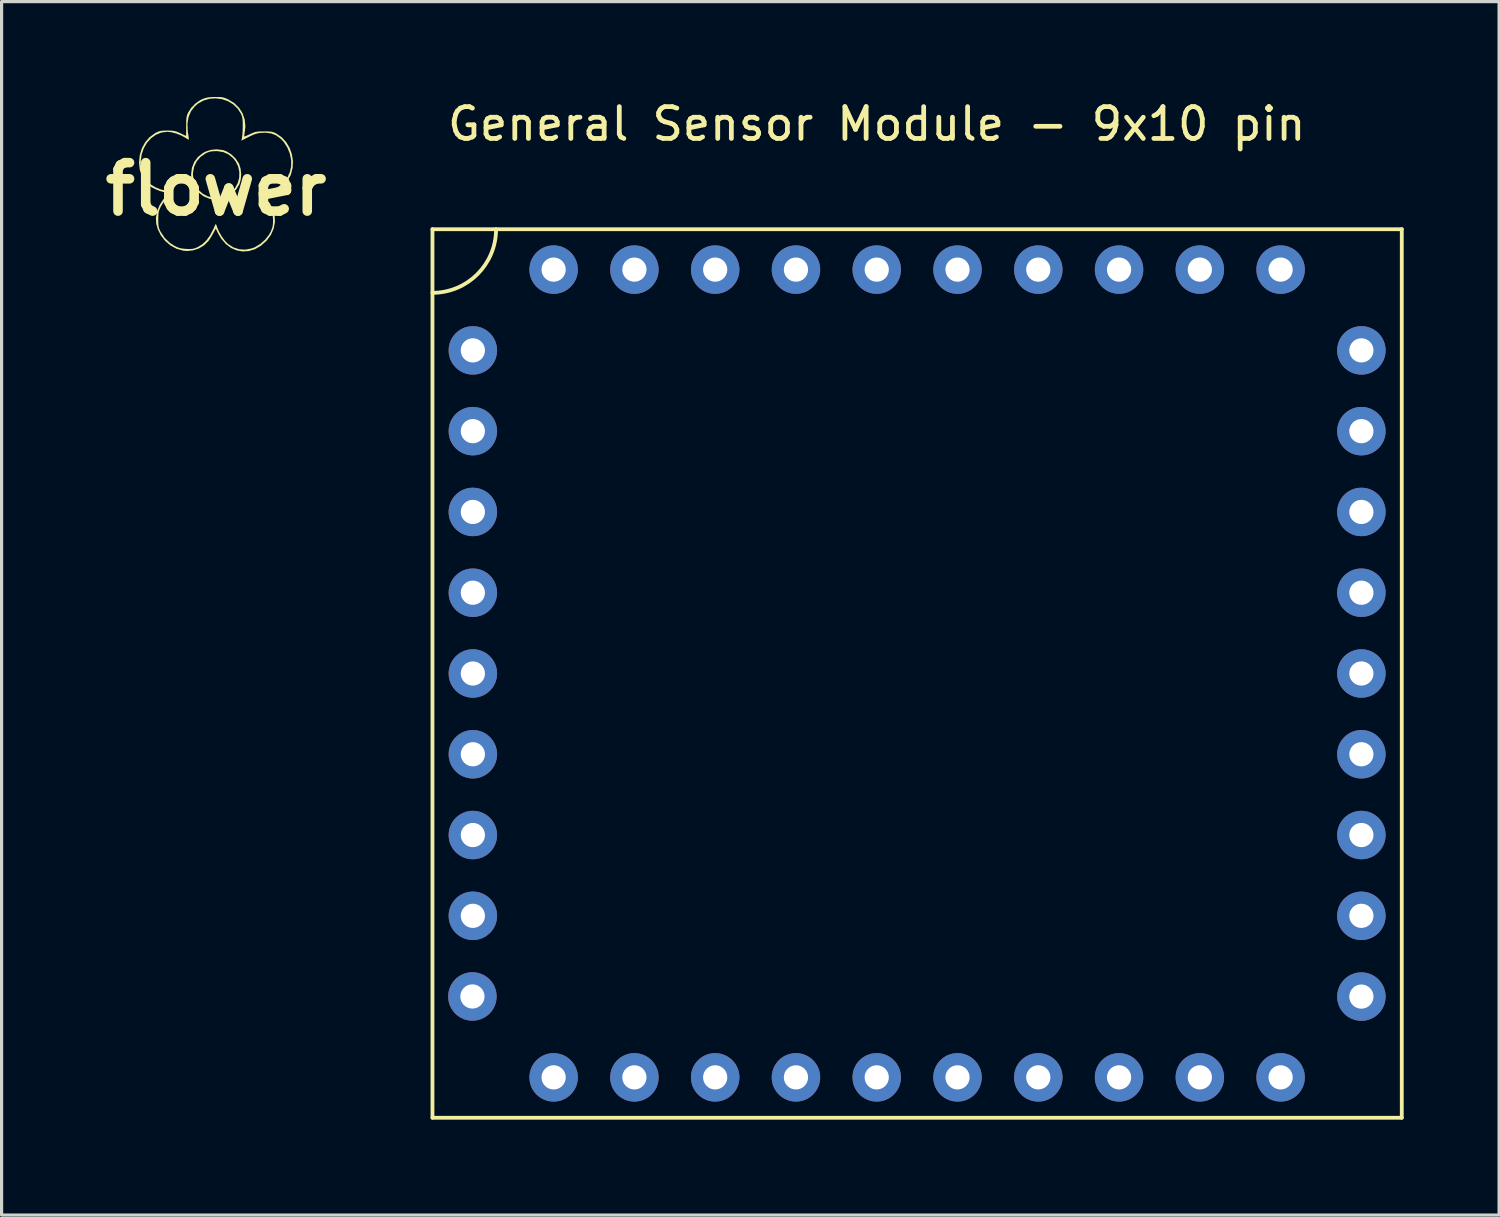
<source format=kicad_pcb>
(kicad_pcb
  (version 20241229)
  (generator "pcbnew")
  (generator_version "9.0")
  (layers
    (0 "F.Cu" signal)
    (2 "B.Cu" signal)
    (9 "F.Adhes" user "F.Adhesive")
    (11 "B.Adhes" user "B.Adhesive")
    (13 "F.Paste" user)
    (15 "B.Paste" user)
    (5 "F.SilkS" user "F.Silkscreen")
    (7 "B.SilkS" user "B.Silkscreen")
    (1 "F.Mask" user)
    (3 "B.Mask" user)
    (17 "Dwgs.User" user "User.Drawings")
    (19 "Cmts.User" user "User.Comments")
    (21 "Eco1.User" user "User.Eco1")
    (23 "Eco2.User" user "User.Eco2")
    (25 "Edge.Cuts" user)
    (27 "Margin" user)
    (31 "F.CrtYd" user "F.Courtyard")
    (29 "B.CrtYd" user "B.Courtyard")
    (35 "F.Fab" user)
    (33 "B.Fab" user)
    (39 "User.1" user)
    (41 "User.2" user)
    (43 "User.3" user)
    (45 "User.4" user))
  (footprint "flower"
    (layer "F.Cu")
    (at 3.745 2.899)
    (property "Reference" "flower" (at 0 0 0) (layer "F.SilkS") (effects (font (size 1.524 1.524) (thickness 0.3))))
    (attr board_only exclude_from_pos_files exclude_from_bom)
    (fp_poly (pts (xy 0.201 -1.232) (xy 0.325 -1.19) (xy 0.474 -1.099) (xy 0.608 -0.971) (xy 0.71 -0.82) (xy 0.727 -0.786) (xy 0.771 -0.641) (xy 0.788 -0.474) (xy 0.776 -0.308) (xy 0.736 -0.163) (xy 0.731 -0.152) (xy 0.629 0.014) (xy 0.494 0.149) (xy 0.333 0.249) (xy 0.156 0.31) (xy -0.029 0.328) (xy -0.208 0.302) (xy -0.393 0.224) (xy -0.548 0.108) (xy -0.667 -0.04) (xy -0.747 -0.216) (xy -0.783 -0.413) (xy -0.785 -0.467) (xy -0.728 -0.467) (xy -0.706 -0.276) (xy -0.642 -0.108) (xy -0.543 0.034) (xy -0.414 0.146) (xy -0.262 0.225) (xy -0.094 0.265) (xy 0.085 0.263) (xy 0.269 0.216) (xy 0.327 0.191) (xy 0.481 0.091) (xy 0.599 -0.04) (xy 0.681 -0.194) (xy 0.726 -0.362) (xy 0.731 -0.536) (xy 0.696 -0.708) (xy 0.618 -0.869) (xy 0.534 -0.976) (xy 0.39 -1.094) (xy 0.227 -1.167) (xy 0.04 -1.196) (xy 0 -1.196) (xy -0.117 -1.192) (xy -0.205 -1.177) (xy -0.287 -1.147) (xy -0.325 -1.128) (xy -0.487 -1.017) (xy -0.61 -0.875) (xy -0.691 -0.705) (xy -0.727 -0.513) (xy -0.728 -0.467) (xy -0.785 -0.467) (xy -0.785 -0.477) (xy -0.759 -0.678) (xy -0.687 -0.858) (xy -0.572 -1.012) (xy -0.416 -1.136) (xy -0.339 -1.179) (xy -0.17 -1.236) (xy 0.016 -1.254)) (stroke (width 0) (type solid)) (fill yes) (layer "F.SilkS"))
    (fp_poly (pts (xy 0.095 -2.899) (xy 0.183 -2.892) (xy 0.255 -2.876) (xy 0.33 -2.847) (xy 0.387 -2.821) (xy 0.574 -2.706) (xy 0.724 -2.558) (xy 0.834 -2.384) (xy 0.9 -2.188) (xy 0.921 -1.978) (xy 0.906 -1.826) (xy 0.892 -1.742) (xy 0.886 -1.681) (xy 0.886 -1.658) (xy 0.912 -1.664) (xy 0.972 -1.688) (xy 1.054 -1.725) (xy 1.073 -1.734) (xy 1.16 -1.773) (xy 1.232 -1.798) (xy 1.306 -1.811) (xy 1.399 -1.817) (xy 1.509 -1.818) (xy 1.633 -1.816) (xy 1.721 -1.81) (xy 1.789 -1.796) (xy 1.851 -1.772) (xy 1.896 -1.749) (xy 2.066 -1.632) (xy 2.206 -1.479) (xy 2.312 -1.299) (xy 2.383 -1.1) (xy 2.416 -0.89) (xy 2.408 -0.678) (xy 2.356 -0.471) (xy 2.332 -0.413) (xy 2.229 -0.245) (xy 2.088 -0.099) (xy 1.919 0.016) (xy 1.731 0.093) (xy 1.586 0.122) (xy 1.508 0.132) (xy 1.457 0.145) (xy 1.444 0.153) (xy 1.461 0.18) (xy 1.504 0.228) (xy 1.536 0.259) (xy 1.684 0.435) (xy 1.786 0.626) (xy 1.841 0.827) (xy 1.85 1.033) (xy 1.812 1.236) (xy 1.727 1.431) (xy 1.595 1.612) (xy 1.582 1.626) (xy 1.408 1.78) (xy 1.222 1.887) (xy 1.03 1.946) (xy 0.837 1.959) (xy 0.649 1.926) (xy 0.47 1.848) (xy 0.307 1.726) (xy 0.164 1.561) (xy 0.069 1.4) (xy -0.01 1.239) (xy -0.089 1.387) (xy -0.145 1.484) (xy -0.204 1.578) (xy -0.241 1.63) (xy -0.374 1.763) (xy -0.538 1.863) (xy -0.722 1.924) (xy -0.916 1.944) (xy -1.037 1.933) (xy -1.245 1.873) (xy -1.435 1.769) (xy -1.6 1.628) (xy -1.736 1.455) (xy -1.834 1.258) (xy -1.882 1.087) (xy -1.892 0.899) (xy -1.857 0.703) (xy -1.78 0.509) (xy -1.664 0.326) (xy -1.595 0.244) (xy -1.541 0.182) (xy -1.505 0.136) (xy -1.496 0.12) (xy -1.518 0.107) (xy -1.557 0.103) (xy -1.65 0.09) (xy -1.768 0.056) (xy -1.892 0.007) (xy -2.006 -0.049) (xy -2.067 -0.089) (xy -2.219 -0.232) (xy -2.331 -0.405) (xy -2.399 -0.605) (xy -2.424 -0.828) (xy -2.424 -0.838) (xy -2.419 -0.887) (xy -2.368 -0.887) (xy -2.367 -0.776) (xy -2.339 -0.578) (xy -2.276 -0.41) (xy -2.175 -0.26) (xy -2.153 -0.235) (xy -2.044 -0.141) (xy -1.902 -0.057) (xy -1.748 0.006) (xy -1.612 0.038) (xy -1.494 0.053) (xy -1.423 0.067) (xy -1.396 0.088) (xy -1.409 0.124) (xy -1.458 0.181) (xy -1.516 0.244) (xy -1.6 0.342) (xy -1.679 0.45) (xy -1.738 0.546) (xy -1.744 0.559) (xy -1.78 0.637) (xy -1.802 0.707) (xy -1.813 0.784) (xy -1.817 0.887) (xy -1.818 0.954) (xy -1.816 1.076) (xy -1.808 1.162) (xy -1.793 1.231) (xy -1.765 1.297) (xy -1.745 1.337) (xy -1.615 1.532) (xy -1.45 1.69) (xy -1.309 1.781) (xy -1.211 1.828) (xy -1.124 1.856) (xy -1.025 1.871) (xy -0.937 1.878) (xy -0.823 1.881) (xy -0.741 1.876) (xy -0.669 1.858) (xy -0.589 1.826) (xy -0.584 1.823) (xy -0.437 1.735) (xy -0.306 1.612) (xy -0.188 1.449) (xy -0.08 1.242) (xy -0.034 1.135) (xy -0.018 1.102) (xy -0.005 1.1) (xy 0.013 1.136) (xy 0.036 1.204) (xy 0.096 1.344) (xy 0.18 1.488) (xy 0.276 1.62) (xy 0.373 1.72) (xy 0.377 1.723) (xy 0.544 1.83) (xy 0.727 1.889) (xy 0.921 1.9) (xy 1.117 1.863) (xy 1.221 1.823) (xy 1.388 1.723) (xy 1.54 1.588) (xy 1.664 1.432) (xy 1.718 1.334) (xy 1.758 1.237) (xy 1.781 1.151) (xy 1.79 1.053) (xy 1.791 0.967) (xy 1.779 0.803) (xy 1.741 0.659) (xy 1.671 0.521) (xy 1.564 0.378) (xy 1.486 0.291) (xy 1.315 0.109) (xy 1.514 0.08) (xy 1.748 0.024) (xy 1.947 -0.068) (xy 2.111 -0.194) (xy 2.236 -0.353) (xy 2.321 -0.541) (xy 2.359 -0.712) (xy 2.361 -0.911) (xy 2.319 -1.115) (xy 2.24 -1.31) (xy 2.127 -1.485) (xy 2.032 -1.586) (xy 1.891 -1.69) (xy 1.74 -1.752) (xy 1.567 -1.775) (xy 1.451 -1.773) (xy 1.349 -1.764) (xy 1.263 -1.745) (xy 1.174 -1.713) (xy 1.064 -1.662) (xy 1.026 -1.643) (xy 0.796 -1.526) (xy 0.817 -1.633) (xy 0.826 -1.707) (xy 0.833 -1.814) (xy 0.838 -1.937) (xy 0.838 -1.998) (xy 0.836 -2.128) (xy 0.829 -2.221) (xy 0.813 -2.293) (xy 0.788 -2.359) (xy 0.78 -2.374) (xy 0.672 -2.539) (xy 0.531 -2.672) (xy 0.365 -2.77) (xy 0.182 -2.831) (xy -0.01 -2.856) (xy -0.203 -2.843) (xy -0.389 -2.79) (xy -0.562 -2.696) (xy -0.67 -2.604) (xy -0.789 -2.45) (xy -0.866 -2.267) (xy -0.9 -2.057) (xy -0.891 -1.821) (xy -0.879 -1.741) (xy -0.865 -1.653) (xy -0.857 -1.587) (xy -0.857 -1.558) (xy -0.857 -1.558) (xy -0.882 -1.566) (xy -0.935 -1.596) (xy -0.981 -1.626) (xy -1.103 -1.692) (xy -1.248 -1.749) (xy -1.396 -1.789) (xy -1.525 -1.805) (xy -1.534 -1.805) (xy -1.72 -1.781) (xy -1.892 -1.711) (xy -2.044 -1.603) (xy -2.172 -1.461) (xy -2.272 -1.29) (xy -2.339 -1.097) (xy -2.368 -0.887) (xy -2.419 -0.887) (xy -2.401 -1.069) (xy -2.336 -1.283) (xy -2.231 -1.475) (xy -2.092 -1.636) (xy -1.92 -1.762) (xy -1.896 -1.775) (xy -1.824 -1.809) (xy -1.756 -1.83) (xy -1.675 -1.84) (xy -1.564 -1.843) (xy -1.534 -1.844) (xy -1.415 -1.842) (xy -1.327 -1.833) (xy -1.251 -1.814) (xy -1.167 -1.779) (xy -1.125 -1.76) (xy -1.041 -1.72) (xy -0.977 -1.69) (xy -0.946 -1.677) (xy -0.945 -1.676) (xy -0.943 -1.7) (xy -0.942 -1.766) (xy -0.941 -1.863) (xy -0.941 -1.979) (xy -0.94 -2.115) (xy -0.935 -2.212) (xy -0.925 -2.284) (xy -0.908 -2.344) (xy -0.881 -2.406) (xy -0.878 -2.411) (xy -0.781 -2.561) (xy -0.65 -2.695) (xy -0.501 -2.8) (xy -0.419 -2.839) (xy -0.324 -2.871) (xy -0.224 -2.89) (xy -0.1 -2.898) (xy -0.026 -2.899)) (stroke (width 0) (type solid)) (fill yes) (layer "F.SilkS")))
  (footprint "General Sensor Module - 9x10 pin"
    (layer "F.Cu")
    (at 24.519 18.128)
    (property "Reference" "General Sensor Module - 9x10 pin" (at 0 -17.28 0) (layer "F.SilkS") (effects (font (size 1 1) (thickness 0.15))))
    (attr through_hole)
    (fp_line (start -13.97 -13.97) (end -13.97 13.97) (stroke (width 0.12) (type solid)) (layer "F.SilkS"))
    (fp_line (start -13.97 13.97) (end 16.51 13.97) (stroke (width 0.12) (type solid)) (layer "F.SilkS"))
    (fp_line (start 16.51 -13.97) (end -13.97 -13.97) (stroke (width 0.12) (type solid)) (layer "F.SilkS"))
    (fp_line (start 16.51 -13.97) (end 16.51 13.97) (stroke (width 0.12) (type solid)) (layer "F.SilkS"))
    (fp_arc (start -11.97 -13.97) (mid -12.555786 -12.555786) (end -13.97 -11.97) (stroke (width 0.12) (type solid)) (layer "F.SilkS"))
    (pad "1" thru_hole circle (at -10.16 12.7) (size 1.524 1.524) (drill 0.762) (layers "*.Cu" "*.Mask"))
    (pad "2" thru_hole circle (at -7.62 12.7) (size 1.524 1.524) (drill 0.762) (layers "*.Cu" "*.Mask"))
    (pad "3" thru_hole circle (at -5.08 12.7) (size 1.524 1.524) (drill 0.762) (layers "*.Cu" "*.Mask"))
    (pad "4" thru_hole circle (at -2.54 12.7) (size 1.524 1.524) (drill 0.762) (layers "*.Cu" "*.Mask"))
    (pad "5" thru_hole circle (at 0 12.7) (size 1.524 1.524) (drill 0.762) (layers "*.Cu" "*.Mask"))
    (pad "6" thru_hole circle (at 2.54 12.7) (size 1.524 1.524) (drill 0.762) (layers "*.Cu" "*.Mask"))
    (pad "7" thru_hole circle (at 5.08 12.7) (size 1.524 1.524) (drill 0.762) (layers "*.Cu" "*.Mask"))
    (pad "8" thru_hole circle (at 7.62 12.7) (size 1.524 1.524) (drill 0.762) (layers "*.Cu" "*.Mask"))
    (pad "9" thru_hole circle (at 10.16 12.7) (size 1.524 1.524) (drill 0.762) (layers "*.Cu" "*.Mask"))
    (pad "10" thru_hole circle (at 12.7 12.7) (size 1.524 1.524) (drill 0.762) (layers "*.Cu" "*.Mask"))
    (pad "11" thru_hole circle (at 15.24 10.16) (size 1.524 1.524) (drill 0.762) (layers "*.Cu" "*.Mask"))
    (pad "12" thru_hole circle (at 15.24 7.62) (size 1.524 1.524) (drill 0.762) (layers "*.Cu" "*.Mask"))
    (pad "13" thru_hole circle (at 15.24 5.08) (size 1.524 1.524) (drill 0.762) (layers "*.Cu" "*.Mask"))
    (pad "14" thru_hole circle (at 15.24 2.54) (size 1.524 1.524) (drill 0.762) (layers "*.Cu" "*.Mask"))
    (pad "15" thru_hole circle (at 15.24 0) (size 1.524 1.524) (drill 0.762) (layers "*.Cu" "*.Mask"))
    (pad "16" thru_hole circle (at 15.24 -2.54) (size 1.524 1.524) (drill 0.762) (layers "*.Cu" "*.Mask"))
    (pad "17" thru_hole circle (at 15.24 -5.08) (size 1.524 1.524) (drill 0.762) (layers "*.Cu" "*.Mask"))
    (pad "18" thru_hole circle (at 15.24 -7.62) (size 1.524 1.524) (drill 0.762) (layers "*.Cu" "*.Mask"))
    (pad "19" thru_hole circle (at 15.24 -10.16) (size 1.524 1.524) (drill 0.762) (layers "*.Cu" "*.Mask"))
    (pad "20" thru_hole circle (at 12.7 -12.7) (size 1.524 1.524) (drill 0.762) (layers "*.Cu" "*.Mask"))
    (pad "21" thru_hole circle (at 10.16 -12.7) (size 1.524 1.524) (drill 0.762) (layers "*.Cu" "*.Mask"))
    (pad "22" thru_hole circle (at 7.62 -12.7) (size 1.524 1.524) (drill 0.762) (layers "*.Cu" "*.Mask"))
    (pad "23" thru_hole circle (at 5.08 -12.7) (size 1.524 1.524) (drill 0.762) (layers "*.Cu" "*.Mask"))
    (pad "24" thru_hole circle (at 2.54 -12.7) (size 1.524 1.524) (drill 0.762) (layers "*.Cu" "*.Mask"))
    (pad "25" thru_hole circle (at 0 -12.7) (size 1.524 1.524) (drill 0.762) (layers "*.Cu" "*.Mask"))
    (pad "26" thru_hole circle (at -2.54 -12.7) (size 1.524 1.524) (drill 0.762) (layers "*.Cu" "*.Mask"))
    (pad "27" thru_hole circle (at -5.08 -12.7) (size 1.524 1.524) (drill 0.762) (layers "*.Cu" "*.Mask"))
    (pad "28" thru_hole circle (at -7.62 -12.7) (size 1.524 1.524) (drill 0.762) (layers "*.Cu" "*.Mask"))
    (pad "29" thru_hole circle (at -10.16 -12.7) (size 1.524 1.524) (drill 0.762) (layers "*.Cu" "*.Mask"))
    (pad "30" thru_hole circle (at -12.7 -10.16) (size 1.524 1.524) (drill 0.762) (layers "*.Cu" "*.Mask"))
    (pad "31" thru_hole circle (at -12.7 -7.62) (size 1.524 1.524) (drill 0.762) (layers "*.Cu" "*.Mask"))
    (pad "32" thru_hole circle (at -12.7 -5.08) (size 1.524 1.524) (drill 0.762) (layers "*.Cu" "*.Mask"))
    (pad "33" thru_hole circle (at -12.7 -2.54) (size 1.524 1.524) (drill 0.762) (layers "*.Cu" "*.Mask"))
    (pad "34" thru_hole circle (at -12.7 0) (size 1.524 1.524) (drill 0.762) (layers "*.Cu" "*.Mask"))
    (pad "35" thru_hole circle (at -12.7 2.54) (size 1.524 1.524) (drill 0.762) (layers "*.Cu" "*.Mask"))
    (pad "36" thru_hole circle (at -12.7 5.08) (size 1.524 1.524) (drill 0.762) (layers "*.Cu" "*.Mask"))
    (pad "37" thru_hole circle (at -12.7 7.62) (size 1.524 1.524) (drill 0.762) (layers "*.Cu" "*.Mask"))
    (pad "38" thru_hole circle (at -12.714 10.156) (size 1.524 1.524) (drill 0.762) (layers "*.Cu" "*.Mask")))
  (gr_rect
    (start -3 -3)
    (end 44.089 35.158)
    (stroke (width 0.1) (type default))
    (fill no)
    (layer "Edge.Cuts")))
</source>
